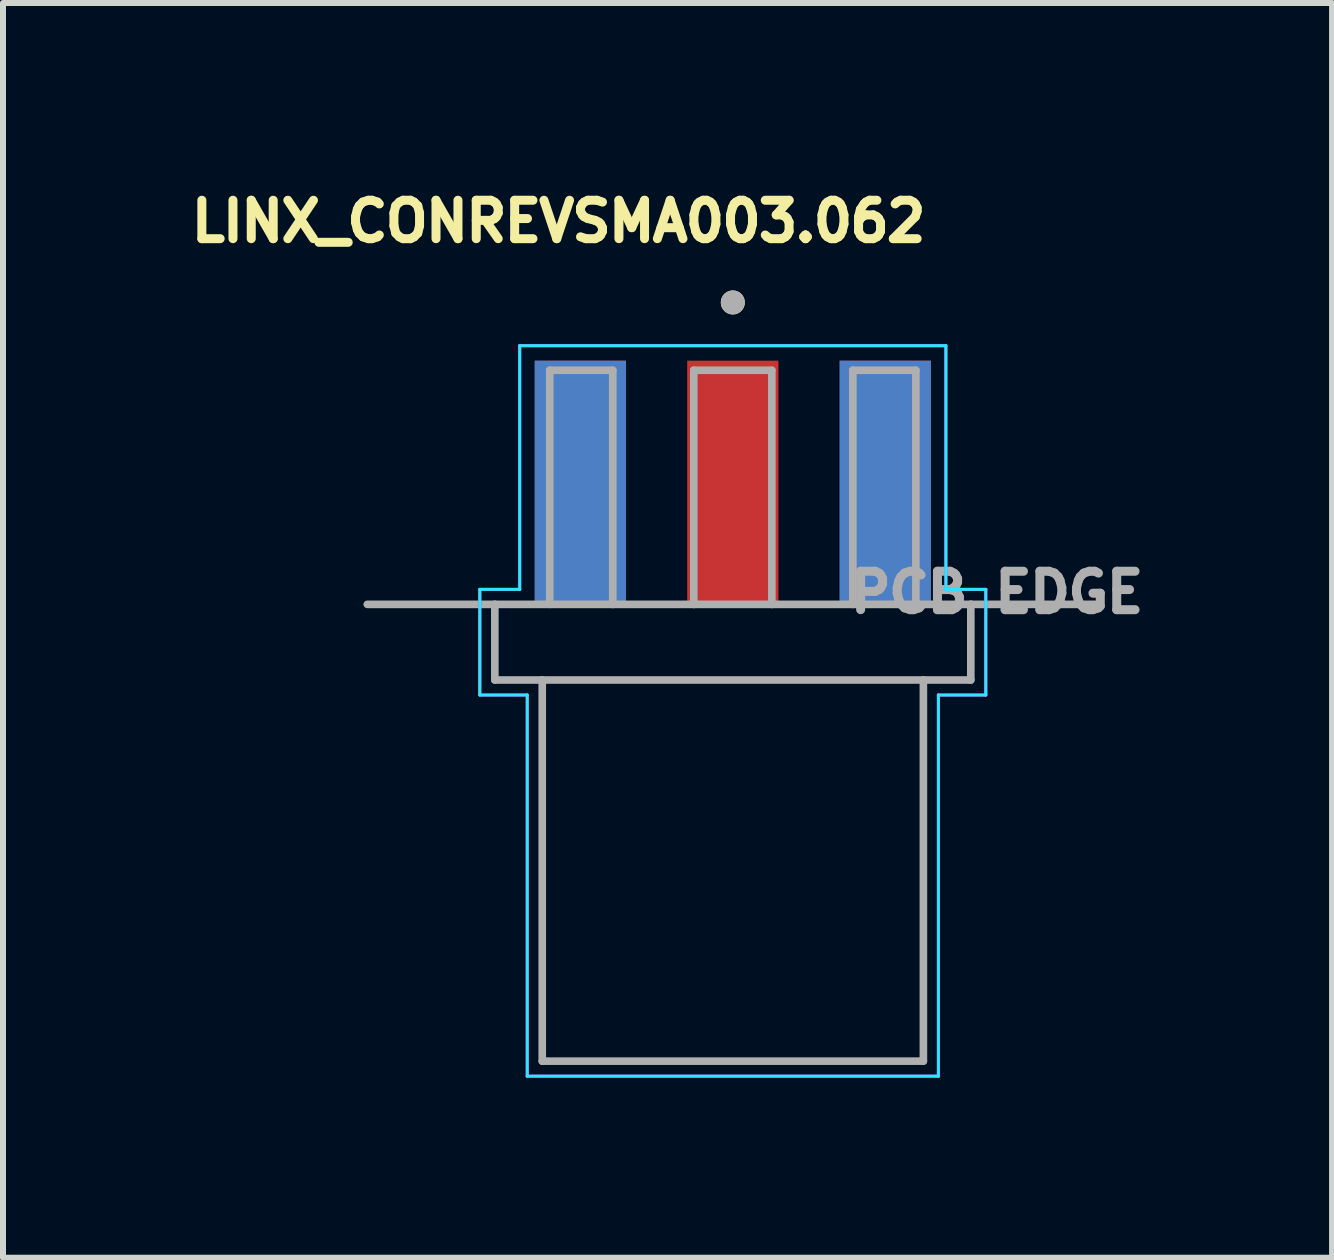
<source format=kicad_pcb>
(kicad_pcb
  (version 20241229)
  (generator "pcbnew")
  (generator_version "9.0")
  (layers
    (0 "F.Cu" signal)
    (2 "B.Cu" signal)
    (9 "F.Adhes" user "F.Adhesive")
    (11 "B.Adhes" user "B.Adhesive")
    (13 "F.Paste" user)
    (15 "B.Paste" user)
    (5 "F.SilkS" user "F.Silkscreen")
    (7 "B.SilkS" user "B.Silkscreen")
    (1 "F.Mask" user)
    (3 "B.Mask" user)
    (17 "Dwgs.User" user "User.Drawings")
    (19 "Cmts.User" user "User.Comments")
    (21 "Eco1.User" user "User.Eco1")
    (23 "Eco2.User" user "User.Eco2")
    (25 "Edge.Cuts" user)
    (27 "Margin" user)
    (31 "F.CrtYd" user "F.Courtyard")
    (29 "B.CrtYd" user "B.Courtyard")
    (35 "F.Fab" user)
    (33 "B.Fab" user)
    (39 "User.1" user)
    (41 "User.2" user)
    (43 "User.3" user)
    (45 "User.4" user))
  (footprint "LINX_CONREVSMA003.062"
    (layer "F.Cu")
    (at 9.159 7.019)
    (property "Reference" "LINX_CONREVSMA003.062" (at -2.903 -6.381 0) (layer "F.SilkS") (effects (font (size 0.64 0.64) (thickness 0.15))))
    (attr through_hole)
    (fp_circle (center 0 -5.03) (end 0.1 -5.03) (stroke (width 0.2) (type solid)) (fill no) (layer "F.SilkS"))
    (fp_line (start -4.215 -0.25) (end -4.215 1.51) (stroke (width 0.05) (type solid)) (layer "B.CrtYd"))
    (fp_line (start -4.215 1.51) (end -3.425 1.51) (stroke (width 0.05) (type solid)) (layer "B.CrtYd"))
    (fp_line (start -3.55 -4.31) (end -3.55 -0.25) (stroke (width 0.05) (type solid)) (layer "B.CrtYd"))
    (fp_line (start -3.55 -0.25) (end -4.215 -0.25) (stroke (width 0.05) (type solid)) (layer "B.CrtYd"))
    (fp_line (start -3.425 1.51) (end -3.425 7.86) (stroke (width 0.05) (type solid)) (layer "B.CrtYd"))
    (fp_line (start -3.425 7.86) (end 3.425 7.86) (stroke (width 0.05) (type solid)) (layer "B.CrtYd"))
    (fp_line (start 3.425 1.51) (end 3.425 7.86) (stroke (width 0.05) (type solid)) (layer "B.CrtYd"))
    (fp_line (start 3.55 -4.31) (end -3.55 -4.31) (stroke (width 0.05) (type solid)) (layer "B.CrtYd"))
    (fp_line (start 3.55 -0.25) (end 3.55 -4.31) (stroke (width 0.05) (type solid)) (layer "B.CrtYd"))
    (fp_line (start 4.215 -0.25) (end 3.55 -0.25) (stroke (width 0.05) (type solid)) (layer "B.CrtYd"))
    (fp_line (start 4.215 1.51) (end 3.425 1.51) (stroke (width 0.05) (type solid)) (layer "B.CrtYd"))
    (fp_line (start 4.215 1.51) (end 4.215 -0.25) (stroke (width 0.05) (type solid)) (layer "B.CrtYd"))
    (fp_line (start -4.215 -0.25) (end -4.215 1.51) (stroke (width 0.05) (type solid)) (layer "F.CrtYd"))
    (fp_line (start -4.215 1.51) (end -3.425 1.51) (stroke (width 0.05) (type solid)) (layer "F.CrtYd"))
    (fp_line (start -3.55 -4.31) (end -3.55 -0.25) (stroke (width 0.05) (type solid)) (layer "F.CrtYd"))
    (fp_line (start -3.55 -0.25) (end -4.215 -0.25) (stroke (width 0.05) (type solid)) (layer "F.CrtYd"))
    (fp_line (start -3.425 1.51) (end -3.425 7.86) (stroke (width 0.05) (type solid)) (layer "F.CrtYd"))
    (fp_line (start -3.425 7.86) (end 3.425 7.86) (stroke (width 0.05) (type solid)) (layer "F.CrtYd"))
    (fp_line (start 3.425 1.51) (end 3.425 7.86) (stroke (width 0.05) (type solid)) (layer "F.CrtYd"))
    (fp_line (start 3.55 -4.31) (end -3.55 -4.31) (stroke (width 0.05) (type solid)) (layer "F.CrtYd"))
    (fp_line (start 3.55 -0.25) (end 3.55 -4.31) (stroke (width 0.05) (type solid)) (layer "F.CrtYd"))
    (fp_line (start 4.215 -0.25) (end 3.55 -0.25) (stroke (width 0.05) (type solid)) (layer "F.CrtYd"))
    (fp_line (start 4.215 1.51) (end 3.425 1.51) (stroke (width 0.05) (type solid)) (layer "F.CrtYd"))
    (fp_line (start 4.215 1.51) (end 4.215 -0.25) (stroke (width 0.05) (type solid)) (layer "F.CrtYd"))
    (fp_line (start -6.09 0) (end -3.965 0) (stroke (width 0.127) (type solid)) (layer "F.Fab"))
    (fp_line (start -3.965 0) (end -3.965 1.26) (stroke (width 0.127) (type solid)) (layer "F.Fab"))
    (fp_line (start -3.965 0) (end -2 0) (stroke (width 0.127) (type solid)) (layer "F.Fab"))
    (fp_line (start -3.965 1.26) (end -3.175 1.26) (stroke (width 0.127) (type solid)) (layer "F.Fab"))
    (fp_line (start -3.175 1.26) (end -3.175 7.61) (stroke (width 0.127) (type solid)) (layer "F.Fab"))
    (fp_line (start -3.175 1.26) (end 3.175 1.26) (stroke (width 0.127) (type solid)) (layer "F.Fab"))
    (fp_line (start -3.175 7.61) (end 3.175 7.61) (stroke (width 0.127) (type solid)) (layer "F.Fab"))
    (fp_line (start -3.05 -3.9) (end -2 -3.9) (stroke (width 0.127) (type solid)) (layer "F.Fab"))
    (fp_line (start -3.05 0) (end -3.05 -3.9) (stroke (width 0.127) (type solid)) (layer "F.Fab"))
    (fp_line (start -2 -3.9) (end -2 0) (stroke (width 0.127) (type solid)) (layer "F.Fab"))
    (fp_line (start -2 0) (end -0.65 0) (stroke (width 0.127) (type solid)) (layer "F.Fab"))
    (fp_line (start -0.65 -3.9) (end 0.65 -3.9) (stroke (width 0.127) (type solid)) (layer "F.Fab"))
    (fp_line (start -0.65 0) (end -0.65 -3.9) (stroke (width 0.127) (type solid)) (layer "F.Fab"))
    (fp_line (start -0.65 0) (end 0.65 0) (stroke (width 0.127) (type solid)) (layer "F.Fab"))
    (fp_line (start 0.65 -3.9) (end 0.65 0) (stroke (width 0.127) (type solid)) (layer "F.Fab"))
    (fp_line (start 0.65 0) (end 2 0) (stroke (width 0.127) (type solid)) (layer "F.Fab"))
    (fp_line (start 2 -3.9) (end 3.05 -3.9) (stroke (width 0.127) (type solid)) (layer "F.Fab"))
    (fp_line (start 2 0) (end 2 -3.9) (stroke (width 0.127) (type solid)) (layer "F.Fab"))
    (fp_line (start 2 0) (end 3.965 0) (stroke (width 0.127) (type solid)) (layer "F.Fab"))
    (fp_line (start 3.05 -3.9) (end 3.05 0) (stroke (width 0.127) (type solid)) (layer "F.Fab"))
    (fp_line (start 3.175 1.26) (end 3.965 1.26) (stroke (width 0.127) (type solid)) (layer "F.Fab"))
    (fp_line (start 3.175 7.61) (end 3.175 1.26) (stroke (width 0.127) (type solid)) (layer "F.Fab"))
    (fp_line (start 3.965 0) (end 6.09 0) (stroke (width 0.127) (type solid)) (layer "F.Fab"))
    (fp_line (start 3.965 1.26) (end 3.965 0) (stroke (width 0.127) (type solid)) (layer "F.Fab"))
    (fp_circle (center 0 -5.03) (end 0.1 -5.03) (stroke (width 0.2) (type solid)) (fill no) (layer "F.Fab"))
    (fp_text user "PCB EDGE" (at 4.4 -0.2 0) (layer "F.Fab") (effects (font (size 0.64 0.64) (thickness 0.15))))
    (pad "1" smd rect (at 0 -2.03) (size 1.52 4.06) (layers "F.Cu" "F.Mask" "F.Paste"))
    (pad "2" smd rect (at -2.54 -2.03) (size 1.52 4.06) (layers "F.Cu" "F.Mask" "F.Paste"))
    (pad "2" smd rect (at -2.54 -2.03) (size 1.52 4.06) (layers "B.Cu" "B.Mask" "B.Paste"))
    (pad "2" smd rect (at 2.54 -2.03) (size 1.52 4.06) (layers "F.Cu" "F.Mask" "F.Paste"))
    (pad "2" smd rect (at 2.54 -2.03) (size 1.52 4.06) (layers "B.Cu" "B.Mask" "B.Paste")))
  (gr_rect
    (start -3 -3)
    (end 19.143 17.904)
    (stroke (width 0.1) (type default))
    (fill no)
    (layer "Edge.Cuts")))
</source>
